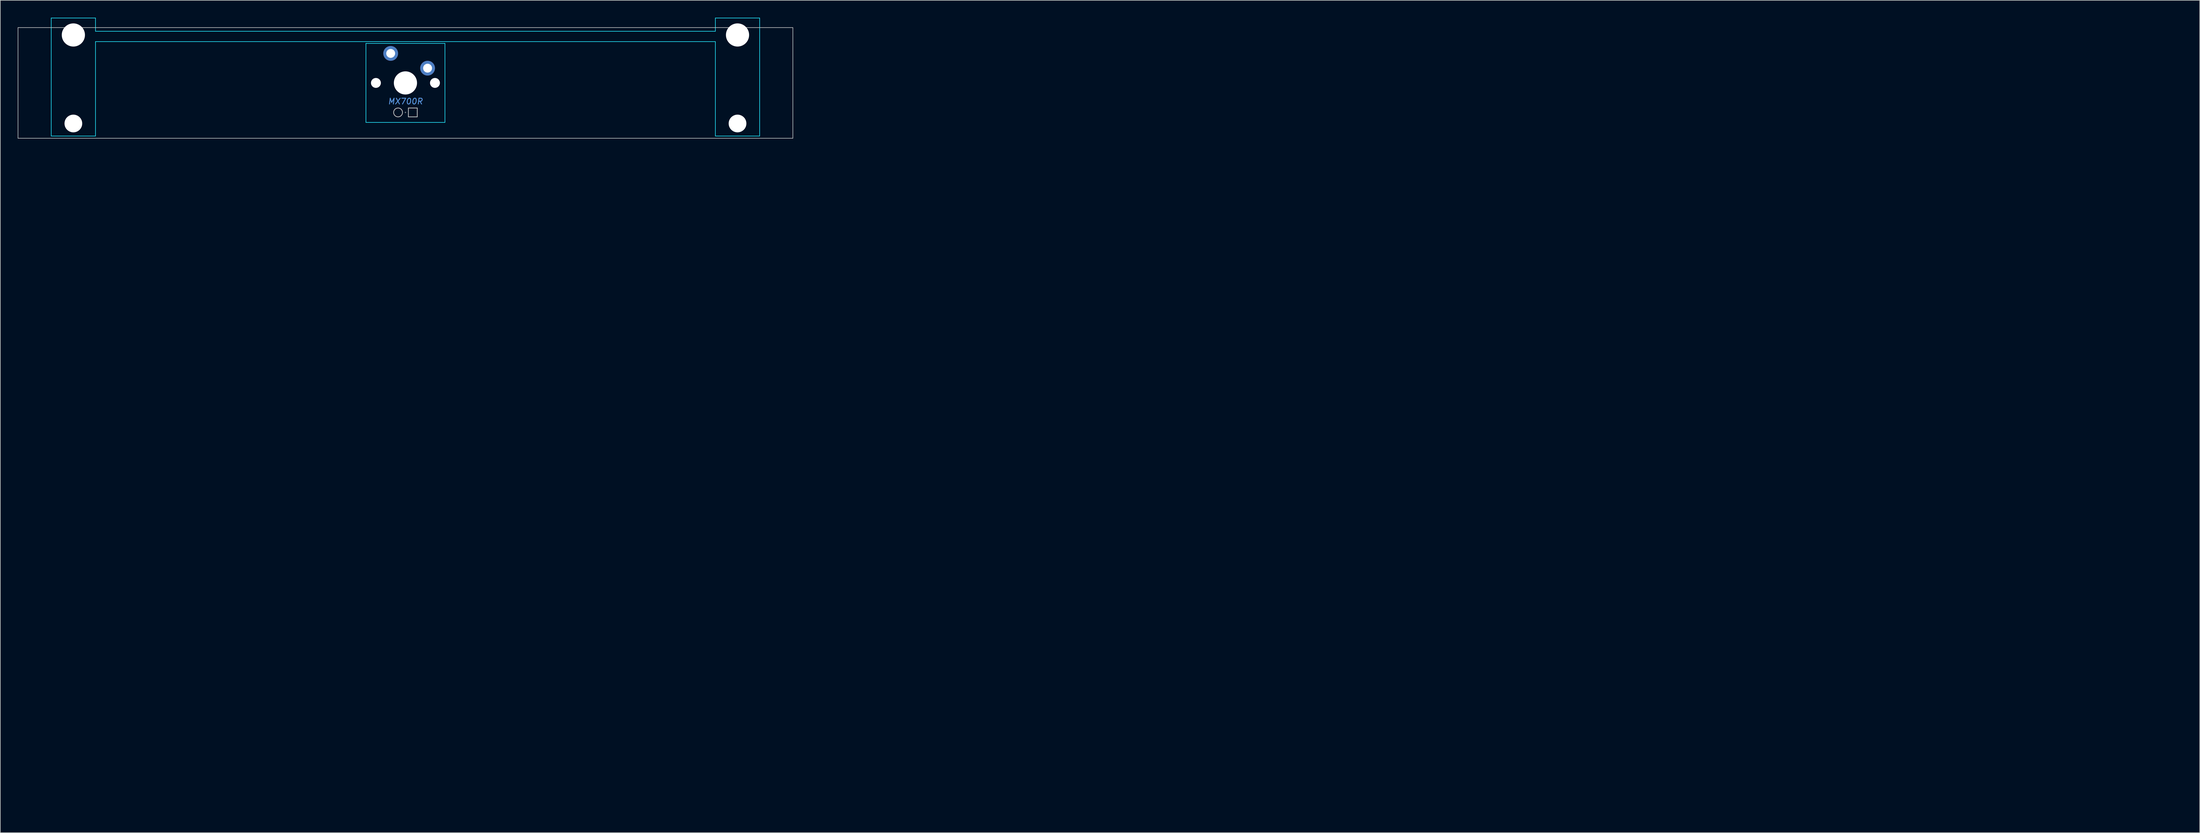
<source format=kicad_pcb>
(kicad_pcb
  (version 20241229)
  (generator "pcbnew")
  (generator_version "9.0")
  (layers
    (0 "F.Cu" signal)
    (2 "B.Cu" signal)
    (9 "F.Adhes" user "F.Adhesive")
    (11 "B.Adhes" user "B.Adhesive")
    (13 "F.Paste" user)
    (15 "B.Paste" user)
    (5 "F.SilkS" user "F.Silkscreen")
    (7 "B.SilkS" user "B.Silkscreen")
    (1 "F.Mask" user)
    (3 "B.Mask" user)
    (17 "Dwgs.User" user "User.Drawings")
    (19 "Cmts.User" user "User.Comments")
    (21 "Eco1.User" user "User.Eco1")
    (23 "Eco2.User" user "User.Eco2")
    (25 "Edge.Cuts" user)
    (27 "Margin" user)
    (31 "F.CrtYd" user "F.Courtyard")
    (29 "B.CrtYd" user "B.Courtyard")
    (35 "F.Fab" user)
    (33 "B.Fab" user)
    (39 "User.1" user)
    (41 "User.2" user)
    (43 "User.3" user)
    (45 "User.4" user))
  (footprint "MX700R"
    (layer "F.Cu")
    (at 66.725 11.226)
    (property "Reference" "MX700R" (at 0 3.175 0) (layer "Cmts.User") (effects (font (size 1 1) (thickness 0.15) (italic yes))))
    (attr through_hole)
    (fp_line (start -66.675 -9.525) (end -66.675 9.525) (stroke (width 0.1) (type solid)) (layer "Dwgs.User"))
    (fp_line (start -66.675 -9.525) (end 66.675 -9.525) (stroke (width 0.1) (type solid)) (layer "Dwgs.User"))
    (fp_line (start -66.675 9.525) (end 66.675 9.525) (stroke (width 0.1) (type solid)) (layer "Dwgs.User"))
    (fp_line (start -0.127 5.08) (end 0.127 5.08) (stroke (width 0.051) (type solid)) (layer "Dwgs.User"))
    (fp_line (start 0 4.953) (end 0 5.207) (stroke (width 0.051) (type solid)) (layer "Dwgs.User"))
    (fp_line (start 0.508 4.318) (end 0.508 5.842) (stroke (width 0.127) (type solid)) (layer "Dwgs.User"))
    (fp_line (start 0.508 4.318) (end 2.032 4.318) (stroke (width 0.127) (type solid)) (layer "Dwgs.User"))
    (fp_line (start 0.508 5.842) (end 2.032 5.842) (stroke (width 0.127) (type solid)) (layer "Dwgs.User"))
    (fp_line (start 2.032 5.842) (end 2.032 4.318) (stroke (width 0.127) (type solid)) (layer "Dwgs.User"))
    (fp_line (start 66.675 -9.525) (end 66.675 9.525) (stroke (width 0.1) (type solid)) (layer "Dwgs.User"))
    (fp_circle (center -1.27 5.08) (end -0.508 5.08) (stroke (width 0.127) (type solid)) (fill no) (layer "Dwgs.User"))
    (fp_line (start -61.341 0.509) (end -60.325 0.509) (stroke (width 0.1) (type solid)) (layer "Eco1.User"))
    (fp_line (start -61.341 3.303) (end -61.341 0.509) (stroke (width 0.1) (type solid)) (layer "Eco1.User"))
    (fp_line (start -60.325 0.509) (end -60.325 -6.603) (stroke (width 0.1) (type solid)) (layer "Eco1.User"))
    (fp_line (start -60.325 3.303) (end -61.341 3.303) (stroke (width 0.1) (type solid)) (layer "Eco1.User"))
    (fp_line (start -60.325 -6.603) (end -58.522 -6.603) (stroke (width 0.1) (type solid)) (layer "Eco1.User"))
    (fp_line (start -60.325 5.69) (end -60.325 3.303) (stroke (width 0.1) (type solid)) (layer "Eco1.User"))
    (fp_line (start -58.522 -7.772) (end -55.474 -7.772) (stroke (width 0.1) (type solid)) (layer "Eco1.User"))
    (fp_line (start -58.522 -6.603) (end -58.522 -7.772) (stroke (width 0.1) (type solid)) (layer "Eco1.User"))
    (fp_line (start -55.474 -7.772) (end -55.474 -6.603) (stroke (width 0.1) (type solid)) (layer "Eco1.User"))
    (fp_line (start -55.474 -6.603) (end -53.67 -6.603) (stroke (width 0.1) (type solid)) (layer "Eco1.User"))
    (fp_line (start -53.67 -2.286) (end -6.985 -2.286) (stroke (width 0.1) (type solid)) (layer "Eco1.User"))
    (fp_line (start -53.67 5.69) (end -60.325 5.69) (stroke (width 0.1) (type solid)) (layer "Eco1.User"))
    (fp_line (start -53.67 -6.603) (end -53.67 -2.286) (stroke (width 0.1) (type solid)) (layer "Eco1.User"))
    (fp_line (start -53.67 2.286) (end -53.67 5.69) (stroke (width 0.1) (type solid)) (layer "Eco1.User"))
    (fp_line (start -7 7) (end -6.985 2.286) (stroke (width 0.1) (type solid)) (layer "Eco1.User"))
    (fp_line (start -6.985 -2.286) (end -6.985 -6.985) (stroke (width 0.1) (type solid)) (layer "Eco1.User"))
    (fp_line (start -6.985 -6.985) (end 7 -7) (stroke (width 0.1) (type solid)) (layer "Eco1.User"))
    (fp_line (start -6.985 2.286) (end -53.67 2.286) (stroke (width 0.1) (type solid)) (layer "Eco1.User"))
    (fp_line (start -0.941 0.000054) (end 0.941 -0.000002) (stroke (width 0.1) (type solid)) (layer "Eco1.User"))
    (fp_line (start 0 0.941) (end -0.000056 -0.941) (stroke (width 0.1) (type solid)) (layer "Eco1.User"))
    (fp_line (start 0 15.765) (end 0 15.765) (stroke (width 0.1) (type solid)) (layer "Eco1.User"))
    (fp_line (start 0 15.765) (end 0 15.765) (stroke (width 0.1) (type solid)) (layer "Eco1.User"))
    (fp_line (start 0 15.765) (end 0 15.765) (stroke (width 0.1) (type solid)) (layer "Eco1.User"))
    (fp_line (start 6.985 -2.286) (end 53.67 -2.286) (stroke (width 0.1) (type solid)) (layer "Eco1.User"))
    (fp_line (start 6.985 2.286) (end 7 7) (stroke (width 0.1) (type solid)) (layer "Eco1.User"))
    (fp_line (start 7 -7) (end 6.985 -2.286) (stroke (width 0.1) (type solid)) (layer "Eco1.User"))
    (fp_line (start 7 7) (end -7 7) (stroke (width 0.1) (type solid)) (layer "Eco1.User"))
    (fp_line (start 53.67 -6.603) (end 55.473 -6.603) (stroke (width 0.1) (type solid)) (layer "Eco1.User"))
    (fp_line (start 53.67 -2.286) (end 53.67 -6.603) (stroke (width 0.1) (type solid)) (layer "Eco1.User"))
    (fp_line (start 53.67 2.286) (end 6.985 2.286) (stroke (width 0.1) (type solid)) (layer "Eco1.User"))
    (fp_line (start 53.67 5.69) (end 53.67 2.286) (stroke (width 0.1) (type solid)) (layer "Eco1.User"))
    (fp_line (start 55.473 -7.772) (end 58.521 -7.772) (stroke (width 0.1) (type solid)) (layer "Eco1.User"))
    (fp_line (start 55.473 -6.603) (end 55.473 -7.772) (stroke (width 0.1) (type solid)) (layer "Eco1.User"))
    (fp_line (start 58.521 -7.772) (end 58.521 -6.603) (stroke (width 0.1) (type solid)) (layer "Eco1.User"))
    (fp_line (start 58.521 -6.603) (end 60.325 -6.603) (stroke (width 0.1) (type solid)) (layer "Eco1.User"))
    (fp_line (start 60.325 -6.603) (end 60.325 0.509) (stroke (width 0.1) (type solid)) (layer "Eco1.User"))
    (fp_line (start 60.325 5.69) (end 53.67 5.69) (stroke (width 0.1) (type solid)) (layer "Eco1.User"))
    (fp_line (start 60.325 0.509) (end 61.341 0.509) (stroke (width 0.1) (type solid)) (layer "Eco1.User"))
    (fp_line (start 60.325 3.303) (end 60.325 5.69) (stroke (width 0.1) (type solid)) (layer "Eco1.User"))
    (fp_line (start 61.341 0.509) (end 61.341 3.303) (stroke (width 0.1) (type solid)) (layer "Eco1.User"))
    (fp_line (start 61.341 3.303) (end 60.325 3.303) (stroke (width 0.1) (type solid)) (layer "Eco1.User"))
    (fp_line (start 304.8 124.154) (end 304.8 126.036) (stroke (width 0.1) (type solid)) (layer "Eco1.User"))
    (fp_line (start 305.741 125.095) (end 303.859 125.095) (stroke (width 0.1) (type solid)) (layer "Eco1.User"))
    (fp_line (start -60.96 9.144) (end -60.96 -11.176) (stroke (width 0.1) (type solid)) (layer "B.CrtYd"))
    (fp_line (start -53.34 -11.176) (end -60.96 -11.176) (stroke (width 0.1) (type solid)) (layer "B.CrtYd"))
    (fp_line (start -53.34 -8.89) (end -53.34 -11.176) (stroke (width 0.1) (type solid)) (layer "B.CrtYd"))
    (fp_line (start -53.34 -7.112) (end -53.34 9.144) (stroke (width 0.1) (type solid)) (layer "B.CrtYd"))
    (fp_line (start -53.34 9.144) (end -60.96 9.144) (stroke (width 0.1) (type solid)) (layer "B.CrtYd"))
    (fp_line (start -6.8 -6.8) (end -6.8 6.8) (stroke (width 0.1) (type solid)) (layer "B.CrtYd"))
    (fp_line (start -6.8 -6.8) (end 6.8 -6.8) (stroke (width 0.1) (type solid)) (layer "B.CrtYd"))
    (fp_line (start -6.8 6.8) (end 6.8 6.8) (stroke (width 0.1) (type solid)) (layer "B.CrtYd"))
    (fp_line (start 6.8 6.8) (end 6.8 -6.8) (stroke (width 0.1) (type solid)) (layer "B.CrtYd"))
    (fp_line (start 53.34 -8.89) (end -53.34 -8.89) (stroke (width 0.1) (type solid)) (layer "B.CrtYd"))
    (fp_line (start 53.34 -8.89) (end 53.34 -11.176) (stroke (width 0.1) (type solid)) (layer "B.CrtYd"))
    (fp_line (start 53.34 -7.112) (end -53.34 -7.112) (stroke (width 0.1) (type solid)) (layer "B.CrtYd"))
    (fp_line (start 53.34 -7.112) (end 53.34 9.144) (stroke (width 0.1) (type solid)) (layer "B.CrtYd"))
    (fp_line (start 60.96 -11.176) (end 53.34 -11.176) (stroke (width 0.1) (type solid)) (layer "B.CrtYd"))
    (fp_line (start 60.96 9.144) (end 53.34 9.144) (stroke (width 0.1) (type solid)) (layer "B.CrtYd"))
    (fp_line (start 60.96 9.144) (end 60.96 -11.176) (stroke (width 0.1) (type solid)) (layer "B.CrtYd"))
    (pad "" np_thru_hole circle (at -57.15 -8.255) (size 3.988 3.988) (drill 3.988) (layers "*.Cu" "*.Mask"))
    (pad "" np_thru_hole circle (at -57.15 6.985) (size 3.048 3.048) (drill 3.048) (layers "*.Cu" "*.Mask"))
    (pad "" np_thru_hole circle (at -5.08 0) (size 1.702 1.702) (drill 1.702) (layers "*.Cu" "*.Mask"))
    (pad "" np_thru_hole circle (at 0 0) (size 3.988 3.988) (drill 3.988) (layers "*.Cu" "*.Mask"))
    (pad "" np_thru_hole circle (at 5.08 0) (size 1.702 1.702) (drill 1.702) (layers "*.Cu" "*.Mask"))
    (pad "" np_thru_hole circle (at 57.15 -8.255) (size 3.988 3.988) (drill 3.988) (layers "*.Cu" "*.Mask"))
    (pad "" np_thru_hole circle (at 57.15 6.985) (size 3.048 3.048) (drill 3.048) (layers "*.Cu" "*.Mask"))
    (pad "1" thru_hole circle (at -2.54 -5.08) (size 2.54 2.54) (drill 1.524) (layers "*.Cu" "*.Mask"))
    (pad "2" thru_hole circle (at 3.81 -2.54) (size 2.54 2.54) (drill 1.524) (layers "*.Cu" "*.Mask")))
  (gr_rect
    (start -3 -3)
    (end 375.516 140.312)
    (stroke (width 0.1) (type default))
    (fill no)
    (layer "Edge.Cuts")))
</source>
